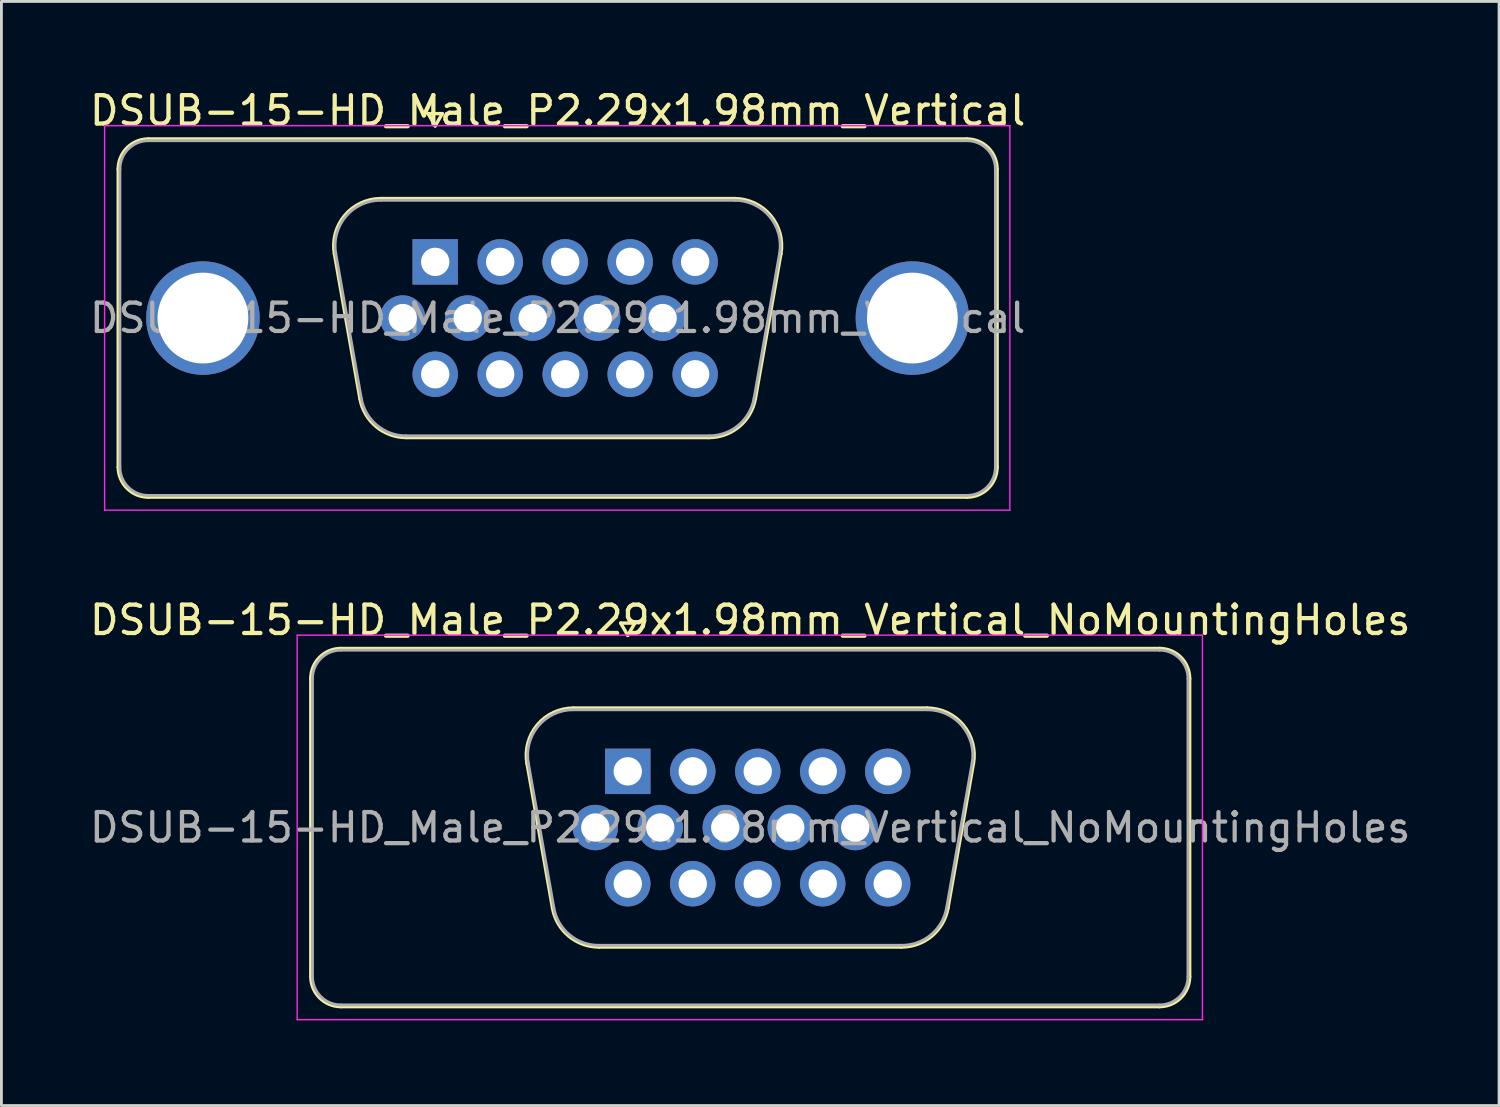
<source format=kicad_pcb>
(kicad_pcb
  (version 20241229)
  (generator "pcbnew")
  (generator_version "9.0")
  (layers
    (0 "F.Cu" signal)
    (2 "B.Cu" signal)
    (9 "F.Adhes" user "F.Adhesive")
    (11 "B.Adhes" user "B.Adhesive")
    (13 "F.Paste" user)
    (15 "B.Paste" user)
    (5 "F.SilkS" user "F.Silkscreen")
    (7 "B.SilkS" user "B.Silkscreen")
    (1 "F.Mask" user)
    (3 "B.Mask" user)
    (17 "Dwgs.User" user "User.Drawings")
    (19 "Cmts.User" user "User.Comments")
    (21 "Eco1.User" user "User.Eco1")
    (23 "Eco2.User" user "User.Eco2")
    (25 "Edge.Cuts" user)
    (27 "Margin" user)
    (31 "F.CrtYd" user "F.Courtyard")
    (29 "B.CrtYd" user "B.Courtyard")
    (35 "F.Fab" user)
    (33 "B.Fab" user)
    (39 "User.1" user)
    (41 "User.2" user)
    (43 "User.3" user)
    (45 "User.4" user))
  (footprint "DSUB-15-HD_Male_P2.29x1.98mm_Vertical"
    (layer "F.Cu")
    (at 12.286 6.178)
    (property "Reference" "DSUB-15-HD_Male_P2.29x1.98mm_Vertical" (at 4.315 -5.33 0) (layer "F.SilkS") (effects (font (size 1 1) (thickness 0.15))))
    (attr through_hole)
    (fp_line (start -11.17 7.23) (end -11.17 -3.27) (stroke (width 0.12) (type solid)) (layer "F.SilkS"))
    (fp_line (start -10.11 -4.33) (end 18.74 -4.33) (stroke (width 0.12) (type solid)) (layer "F.SilkS"))
    (fp_line (start -3.551 -0.282) (end -2.652 4.818) (stroke (width 0.12) (type solid)) (layer "F.SilkS"))
    (fp_line (start -1.917 -2.23) (end 10.547 -2.23) (stroke (width 0.12) (type solid)) (layer "F.SilkS"))
    (fp_line (start -1.017 6.19) (end 9.647 6.19) (stroke (width 0.12) (type solid)) (layer "F.SilkS"))
    (fp_line (start -0.25 -5.224) (end 0.25 -5.224) (stroke (width 0.12) (type solid)) (layer "F.SilkS"))
    (fp_line (start 0 -4.791) (end -0.25 -5.224) (stroke (width 0.12) (type solid)) (layer "F.SilkS"))
    (fp_line (start 0.25 -5.224) (end 0 -4.791) (stroke (width 0.12) (type solid)) (layer "F.SilkS"))
    (fp_line (start 12.181 -0.282) (end 11.282 4.818) (stroke (width 0.12) (type solid)) (layer "F.SilkS"))
    (fp_line (start 18.74 8.29) (end -10.11 8.29) (stroke (width 0.12) (type solid)) (layer "F.SilkS"))
    (fp_line (start 19.8 -3.27) (end 19.8 7.23) (stroke (width 0.12) (type solid)) (layer "F.SilkS"))
    (fp_arc (start -11.17 -3.27) (mid -10.859533 -4.019533) (end -10.11 -4.33) (stroke (width 0.12) (type solid)) (layer "F.SilkS"))
    (fp_arc (start -10.11 8.29) (mid -10.859533 7.979533) (end -11.17 7.23) (stroke (width 0.12) (type solid)) (layer "F.SilkS"))
    (fp_arc (start -3.55147 -0.281744) (mid -3.188323 -1.637028) (end -1.916689 -2.23) (stroke (width 0.12) (type solid)) (layer "F.SilkS"))
    (fp_arc (start -1.017421 6.19) (mid -2.084448 5.801634) (end -2.652202 4.818256) (stroke (width 0.12) (type solid)) (layer "F.SilkS"))
    (fp_arc (start 10.546689 -2.23) (mid 11.818323 -1.637027) (end 12.18147 -0.281744) (stroke (width 0.12) (type solid)) (layer "F.SilkS"))
    (fp_arc (start 11.282202 4.818256) (mid 10.714449 5.801634) (end 9.647421 6.19) (stroke (width 0.12) (type solid)) (layer "F.SilkS"))
    (fp_arc (start 18.74 -4.33) (mid 19.489533 -4.019533) (end 19.8 -3.27) (stroke (width 0.12) (type solid)) (layer "F.SilkS"))
    (fp_arc (start 19.8 7.23) (mid 19.489533 7.979533) (end 18.74 8.29) (stroke (width 0.12) (type solid)) (layer "F.SilkS"))
    (fp_line (start -11.65 -4.8) (end -11.65 8.75) (stroke (width 0.05) (type solid)) (layer "F.CrtYd"))
    (fp_line (start -11.65 8.75) (end 20.25 8.75) (stroke (width 0.05) (type solid)) (layer "F.CrtYd"))
    (fp_line (start 20.25 -4.8) (end -11.65 -4.8) (stroke (width 0.05) (type solid)) (layer "F.CrtYd"))
    (fp_line (start 20.25 8.75) (end 20.25 -4.8) (stroke (width 0.05) (type solid)) (layer "F.CrtYd"))
    (fp_line (start -11.11 7.23) (end -11.11 -3.27) (stroke (width 0.1) (type solid)) (layer "F.Fab"))
    (fp_line (start -10.11 -4.27) (end 18.74 -4.27) (stroke (width 0.1) (type solid)) (layer "F.Fab"))
    (fp_line (start -3.504 -0.292) (end -2.605 4.808) (stroke (width 0.1) (type solid)) (layer "F.Fab"))
    (fp_line (start -1.928 -2.17) (end 10.558 -2.17) (stroke (width 0.1) (type solid)) (layer "F.Fab"))
    (fp_line (start -1.029 6.13) (end 9.659 6.13) (stroke (width 0.1) (type solid)) (layer "F.Fab"))
    (fp_line (start 12.134 -0.292) (end 11.235 4.808) (stroke (width 0.1) (type solid)) (layer "F.Fab"))
    (fp_line (start 18.74 8.23) (end -10.11 8.23) (stroke (width 0.1) (type solid)) (layer "F.Fab"))
    (fp_line (start 19.74 -3.27) (end 19.74 7.23) (stroke (width 0.1) (type solid)) (layer "F.Fab"))
    (fp_arc (start -11.11 -3.27) (mid -10.817107 -3.977107) (end -10.11 -4.27) (stroke (width 0.1) (type solid)) (layer "F.Fab"))
    (fp_arc (start -10.11 8.23) (mid -10.817107 7.937107) (end -11.11 7.23) (stroke (width 0.1) (type solid)) (layer "F.Fab"))
    (fp_arc (start -3.503886 -0.292163) (mid -3.153865 -1.59846) (end -1.928194 -2.17) (stroke (width 0.1) (type solid)) (layer "F.Fab"))
    (fp_arc (start -1.028927 6.13) (mid -2.057387 5.755671) (end -2.604619 4.807837) (stroke (width 0.1) (type solid)) (layer "F.Fab"))
    (fp_arc (start 10.558194 -2.17) (mid 11.783865 -1.59846) (end 12.133886 -0.292163) (stroke (width 0.1) (type solid)) (layer "F.Fab"))
    (fp_arc (start 11.234619 4.807837) (mid 10.687387 5.755671) (end 9.658927 6.13) (stroke (width 0.1) (type solid)) (layer "F.Fab"))
    (fp_arc (start 18.74 -4.27) (mid 19.447107 -3.977107) (end 19.74 -3.27) (stroke (width 0.1) (type solid)) (layer "F.Fab"))
    (fp_arc (start 19.74 7.23) (mid 19.447107 7.937107) (end 18.74 8.23) (stroke (width 0.1) (type solid)) (layer "F.Fab"))
    (fp_text user "${REFERENCE}" (at 4.315 1.98 0) (layer "F.Fab") (effects (font (size 1 1) (thickness 0.15))))
    (pad "0" thru_hole circle (at -8.185 1.98) (size 4 4) (drill 3.2) (layers "*.Cu" "*.Mask"))
    (pad "0" thru_hole circle (at 16.815 1.98) (size 4 4) (drill 3.2) (layers "*.Cu" "*.Mask"))
    (pad "1" thru_hole rect (at 0 0) (size 1.6 1.6) (drill 1) (layers "*.Cu" "*.Mask"))
    (pad "2" thru_hole circle (at 2.29 0) (size 1.6 1.6) (drill 1) (layers "*.Cu" "*.Mask"))
    (pad "3" thru_hole circle (at 4.58 0) (size 1.6 1.6) (drill 1) (layers "*.Cu" "*.Mask"))
    (pad "4" thru_hole circle (at 6.87 0) (size 1.6 1.6) (drill 1) (layers "*.Cu" "*.Mask"))
    (pad "5" thru_hole circle (at 9.16 0) (size 1.6 1.6) (drill 1) (layers "*.Cu" "*.Mask"))
    (pad "6" thru_hole circle (at -1.145 1.98) (size 1.6 1.6) (drill 1) (layers "*.Cu" "*.Mask"))
    (pad "7" thru_hole circle (at 1.145 1.98) (size 1.6 1.6) (drill 1) (layers "*.Cu" "*.Mask"))
    (pad "8" thru_hole circle (at 3.435 1.98) (size 1.6 1.6) (drill 1) (layers "*.Cu" "*.Mask"))
    (pad "9" thru_hole circle (at 5.725 1.98) (size 1.6 1.6) (drill 1) (layers "*.Cu" "*.Mask"))
    (pad "10" thru_hole circle (at 8.015 1.98) (size 1.6 1.6) (drill 1) (layers "*.Cu" "*.Mask"))
    (pad "11" thru_hole circle (at 0 3.96) (size 1.6 1.6) (drill 1) (layers "*.Cu" "*.Mask"))
    (pad "12" thru_hole circle (at 2.29 3.96) (size 1.6 1.6) (drill 1) (layers "*.Cu" "*.Mask"))
    (pad "13" thru_hole circle (at 4.58 3.96) (size 1.6 1.6) (drill 1) (layers "*.Cu" "*.Mask"))
    (pad "14" thru_hole circle (at 6.87 3.96) (size 1.6 1.6) (drill 1) (layers "*.Cu" "*.Mask"))
    (pad "15" thru_hole circle (at 9.16 3.96) (size 1.6 1.6) (drill 1) (layers "*.Cu" "*.Mask")))
  (footprint "DSUB-15-HD_Male_P2.29x1.98mm_Vertical_NoMountingHoles"
    (layer "F.Cu")
    (at 19.072 24.131)
    (property "Reference" "DSUB-15-HD_Male_P2.29x1.98mm_Vertical_NoMountingHoles" (at 4.315 -5.33 0) (layer "F.SilkS") (effects (font (size 1 1) (thickness 0.15))))
    (attr through_hole)
    (fp_line (start -11.17 7.23) (end -11.17 -3.27) (stroke (width 0.12) (type solid)) (layer "F.SilkS"))
    (fp_line (start -10.11 -4.33) (end 18.74 -4.33) (stroke (width 0.12) (type solid)) (layer "F.SilkS"))
    (fp_line (start -3.551 -0.282) (end -2.652 4.818) (stroke (width 0.12) (type solid)) (layer "F.SilkS"))
    (fp_line (start -1.917 -2.23) (end 10.547 -2.23) (stroke (width 0.12) (type solid)) (layer "F.SilkS"))
    (fp_line (start -1.017 6.19) (end 9.647 6.19) (stroke (width 0.12) (type solid)) (layer "F.SilkS"))
    (fp_line (start -0.25 -5.224) (end 0.25 -5.224) (stroke (width 0.12) (type solid)) (layer "F.SilkS"))
    (fp_line (start 0 -4.791) (end -0.25 -5.224) (stroke (width 0.12) (type solid)) (layer "F.SilkS"))
    (fp_line (start 0.25 -5.224) (end 0 -4.791) (stroke (width 0.12) (type solid)) (layer "F.SilkS"))
    (fp_line (start 12.181 -0.282) (end 11.282 4.818) (stroke (width 0.12) (type solid)) (layer "F.SilkS"))
    (fp_line (start 18.74 8.29) (end -10.11 8.29) (stroke (width 0.12) (type solid)) (layer "F.SilkS"))
    (fp_line (start 19.8 -3.27) (end 19.8 7.23) (stroke (width 0.12) (type solid)) (layer "F.SilkS"))
    (fp_arc (start -11.17 -3.27) (mid -10.859533 -4.019533) (end -10.11 -4.33) (stroke (width 0.12) (type solid)) (layer "F.SilkS"))
    (fp_arc (start -10.11 8.29) (mid -10.859533 7.979533) (end -11.17 7.23) (stroke (width 0.12) (type solid)) (layer "F.SilkS"))
    (fp_arc (start -3.55147 -0.281744) (mid -3.188323 -1.637028) (end -1.916689 -2.23) (stroke (width 0.12) (type solid)) (layer "F.SilkS"))
    (fp_arc (start -1.017421 6.19) (mid -2.084448 5.801634) (end -2.652202 4.818256) (stroke (width 0.12) (type solid)) (layer "F.SilkS"))
    (fp_arc (start 10.546689 -2.23) (mid 11.818323 -1.637027) (end 12.18147 -0.281744) (stroke (width 0.12) (type solid)) (layer "F.SilkS"))
    (fp_arc (start 11.282202 4.818256) (mid 10.714449 5.801634) (end 9.647421 6.19) (stroke (width 0.12) (type solid)) (layer "F.SilkS"))
    (fp_arc (start 18.74 -4.33) (mid 19.489533 -4.019533) (end 19.8 -3.27) (stroke (width 0.12) (type solid)) (layer "F.SilkS"))
    (fp_arc (start 19.8 7.23) (mid 19.489533 7.979533) (end 18.74 8.29) (stroke (width 0.12) (type solid)) (layer "F.SilkS"))
    (fp_line (start -11.65 -4.8) (end -11.65 8.75) (stroke (width 0.05) (type solid)) (layer "F.CrtYd"))
    (fp_line (start -11.65 8.75) (end 20.25 8.75) (stroke (width 0.05) (type solid)) (layer "F.CrtYd"))
    (fp_line (start 20.25 -4.8) (end -11.65 -4.8) (stroke (width 0.05) (type solid)) (layer "F.CrtYd"))
    (fp_line (start 20.25 8.75) (end 20.25 -4.8) (stroke (width 0.05) (type solid)) (layer "F.CrtYd"))
    (fp_line (start -11.11 7.23) (end -11.11 -3.27) (stroke (width 0.1) (type solid)) (layer "F.Fab"))
    (fp_line (start -10.11 -4.27) (end 18.74 -4.27) (stroke (width 0.1) (type solid)) (layer "F.Fab"))
    (fp_line (start -3.504 -0.292) (end -2.605 4.808) (stroke (width 0.1) (type solid)) (layer "F.Fab"))
    (fp_line (start -1.928 -2.17) (end 10.558 -2.17) (stroke (width 0.1) (type solid)) (layer "F.Fab"))
    (fp_line (start -1.029 6.13) (end 9.659 6.13) (stroke (width 0.1) (type solid)) (layer "F.Fab"))
    (fp_line (start 12.134 -0.292) (end 11.235 4.808) (stroke (width 0.1) (type solid)) (layer "F.Fab"))
    (fp_line (start 18.74 8.23) (end -10.11 8.23) (stroke (width 0.1) (type solid)) (layer "F.Fab"))
    (fp_line (start 19.74 -3.27) (end 19.74 7.23) (stroke (width 0.1) (type solid)) (layer "F.Fab"))
    (fp_arc (start -11.11 -3.27) (mid -10.817107 -3.977107) (end -10.11 -4.27) (stroke (width 0.1) (type solid)) (layer "F.Fab"))
    (fp_arc (start -10.11 8.23) (mid -10.817107 7.937107) (end -11.11 7.23) (stroke (width 0.1) (type solid)) (layer "F.Fab"))
    (fp_arc (start -3.503886 -0.292163) (mid -3.153865 -1.59846) (end -1.928194 -2.17) (stroke (width 0.1) (type solid)) (layer "F.Fab"))
    (fp_arc (start -1.028927 6.13) (mid -2.057387 5.755671) (end -2.604619 4.807837) (stroke (width 0.1) (type solid)) (layer "F.Fab"))
    (fp_arc (start 10.558194 -2.17) (mid 11.783865 -1.59846) (end 12.133886 -0.292163) (stroke (width 0.1) (type solid)) (layer "F.Fab"))
    (fp_arc (start 11.234619 4.807837) (mid 10.687387 5.755671) (end 9.658927 6.13) (stroke (width 0.1) (type solid)) (layer "F.Fab"))
    (fp_arc (start 18.74 -4.27) (mid 19.447107 -3.977107) (end 19.74 -3.27) (stroke (width 0.1) (type solid)) (layer "F.Fab"))
    (fp_arc (start 19.74 7.23) (mid 19.447107 7.937107) (end 18.74 8.23) (stroke (width 0.1) (type solid)) (layer "F.Fab"))
    (fp_text user "${REFERENCE}" (at 4.315 1.98 0) (layer "F.Fab") (effects (font (size 1 1) (thickness 0.15))))
    (pad "1" thru_hole rect (at 0 0) (size 1.6 1.6) (drill 1) (layers "*.Cu" "*.Mask"))
    (pad "2" thru_hole circle (at 2.29 0) (size 1.6 1.6) (drill 1) (layers "*.Cu" "*.Mask"))
    (pad "3" thru_hole circle (at 4.58 0) (size 1.6 1.6) (drill 1) (layers "*.Cu" "*.Mask"))
    (pad "4" thru_hole circle (at 6.87 0) (size 1.6 1.6) (drill 1) (layers "*.Cu" "*.Mask"))
    (pad "5" thru_hole circle (at 9.16 0) (size 1.6 1.6) (drill 1) (layers "*.Cu" "*.Mask"))
    (pad "6" thru_hole circle (at -1.145 1.98) (size 1.6 1.6) (drill 1) (layers "*.Cu" "*.Mask"))
    (pad "7" thru_hole circle (at 1.145 1.98) (size 1.6 1.6) (drill 1) (layers "*.Cu" "*.Mask"))
    (pad "8" thru_hole circle (at 3.435 1.98) (size 1.6 1.6) (drill 1) (layers "*.Cu" "*.Mask"))
    (pad "9" thru_hole circle (at 5.725 1.98) (size 1.6 1.6) (drill 1) (layers "*.Cu" "*.Mask"))
    (pad "10" thru_hole circle (at 8.015 1.98) (size 1.6 1.6) (drill 1) (layers "*.Cu" "*.Mask"))
    (pad "11" thru_hole circle (at 0 3.96) (size 1.6 1.6) (drill 1) (layers "*.Cu" "*.Mask"))
    (pad "12" thru_hole circle (at 2.29 3.96) (size 1.6 1.6) (drill 1) (layers "*.Cu" "*.Mask"))
    (pad "13" thru_hole circle (at 4.58 3.96) (size 1.6 1.6) (drill 1) (layers "*.Cu" "*.Mask"))
    (pad "14" thru_hole circle (at 6.87 3.96) (size 1.6 1.6) (drill 1) (layers "*.Cu" "*.Mask"))
    (pad "15" thru_hole circle (at 9.16 3.96) (size 1.6 1.6) (drill 1) (layers "*.Cu" "*.Mask")))
  (gr_rect
    (start -3 -3)
    (end 49.774 35.907)
    (stroke (width 0.1) (type default))
    (fill no)
    (layer "Edge.Cuts")))
</source>
